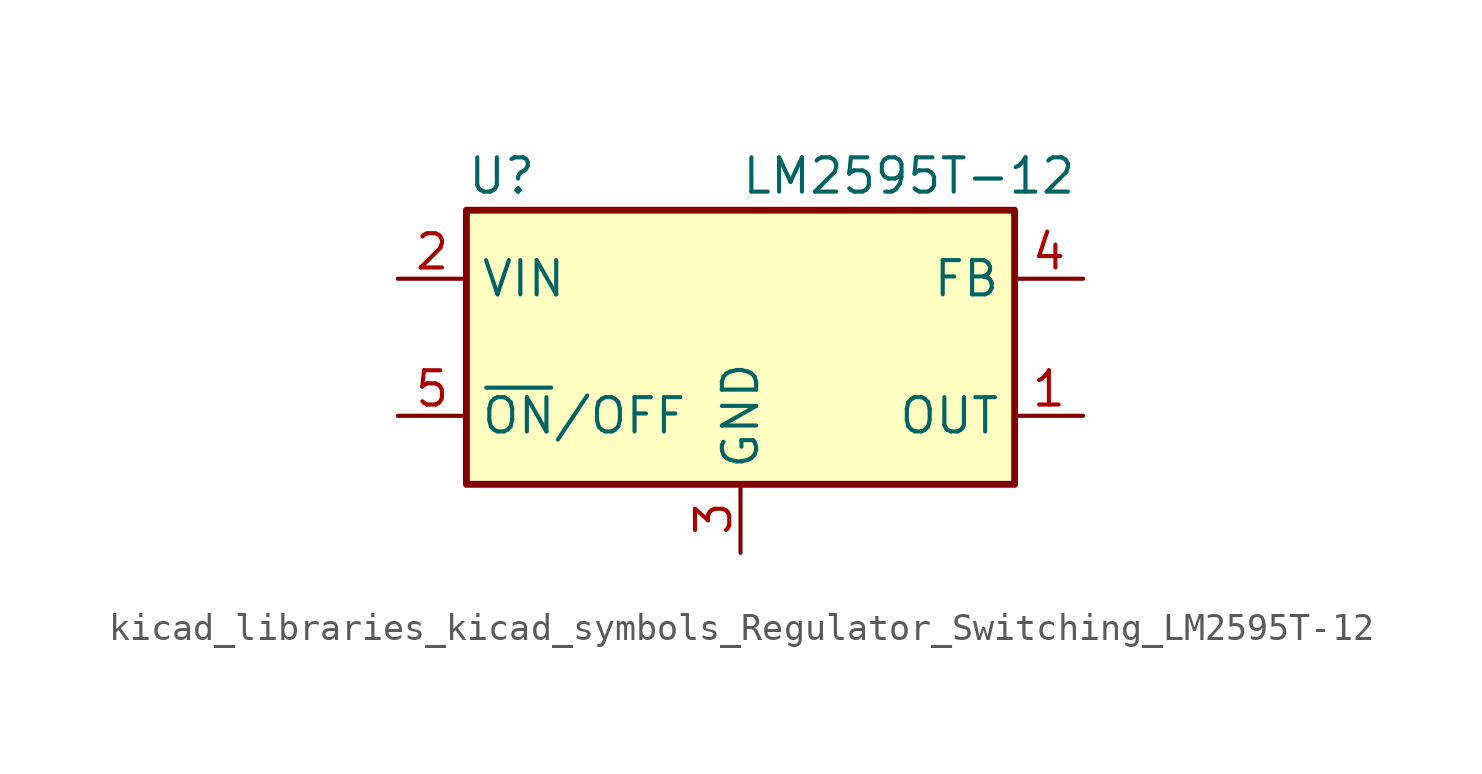
<source format=kicad_sym>
(kicad_symbol_lib
  (version 20220914)
  (generator kicad_symbol_editor)
  (symbol "kicad_libraries_kicad_symbols_Regulator_Switching_LM2595T-12"
    (property "Reference" "U"
      (at -10.16 6.35 0)
      (effects (font (size 1.27 1.27)) (justify left)))
    (property "Value" "LM2595T-12"
      (at 0 6.35 0)
      (effects (font (size 1.27 1.27)) (justify left)))
    (symbol "kicad_libraries_kicad_symbols_Regulator_Switching_LM2595T-12_0_1"
      (rectangle (start -10.16 5.08) (end 10.16 -5.08) (stroke (width 0.254) (type default)) (fill (type background))))
    (symbol "kicad_libraries_kicad_symbols_Regulator_Switching_LM2595T-12_1_1"
      (pin output line (at 12.7 -2.54 180) (length 2.54) (name "OUT" (effects (font (size 1.27 1.27)))) (number "1" (effects (font (size 1.27 1.27)))))
      (pin power_in line (at -12.7 2.54 0) (length 2.54) (name "VIN" (effects (font (size 1.27 1.27)))) (number "2" (effects (font (size 1.27 1.27)))))
      (pin power_in line (at 0 -7.62 90) (length 2.54) (name "GND" (effects (font (size 1.27 1.27)))) (number "3" (effects (font (size 1.27 1.27)))))
      (pin input line (at 12.7 2.54 180) (length 2.54) (name "FB" (effects (font (size 1.27 1.27)))) (number "4" (effects (font (size 1.27 1.27)))))
      (pin input line (at -12.7 -2.54 0) (length 2.54) (name "~{ON}/OFF" (effects (font (size 1.27 1.27)))) (number "5" (effects (font (size 1.27 1.27))))))))
</source>
